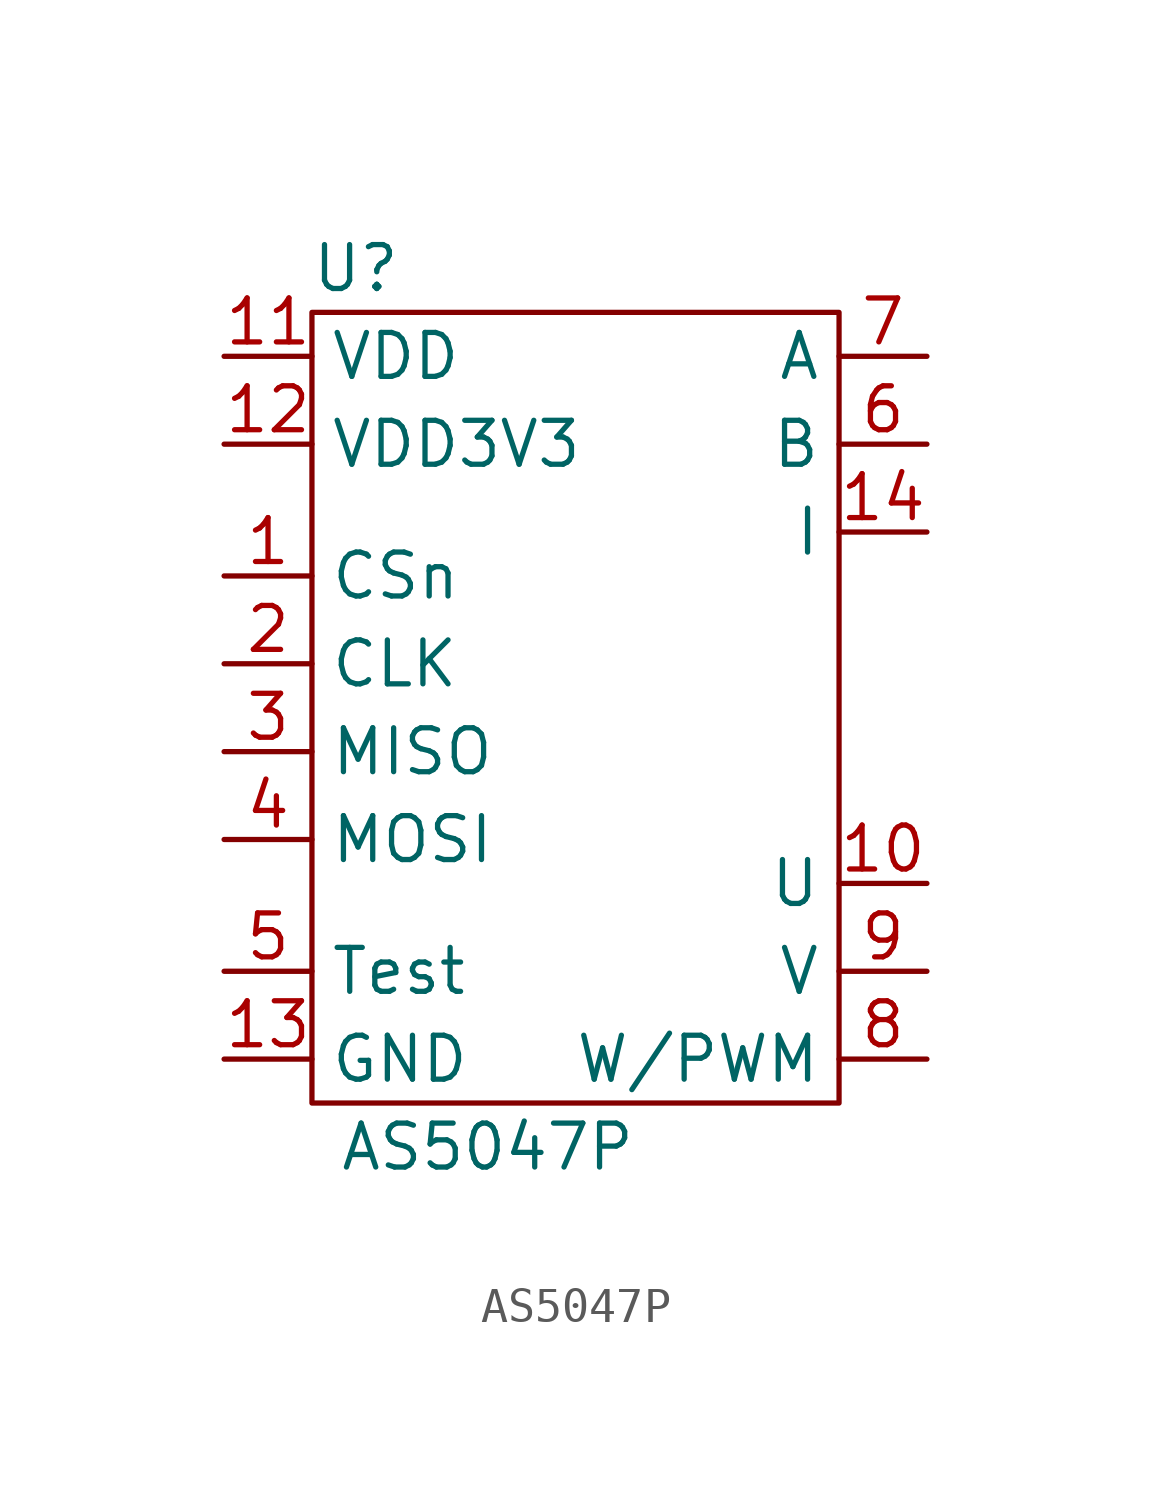
<source format=kicad_sym>
(kicad_symbol_lib
  (version 20211014)
  (generator kicad_symbol_editor)
  (symbol "ams:AS5047P"
    (property "Reference" "U"
      (at -6.35 12.7 0)
      (effects (font (size 1.27 1.27))))
    (property "Value" "AS5047P"
      (at -2.54 -12.7 0)
      (effects (font (size 1.27 1.27))))
    (symbol "AS5047P_0_1"
      (rectangle (start -7.62 11.43) (end 7.62 -11.43) (stroke (width 0.152) (type default) (color 0 0 0 0)) (fill (type none))))
    (symbol "AS5047P_1_1"
      (pin input line (at -10.16 3.81 0) (length 2.54) (name "CSn" (effects (font (size 1.27 1.27)))) (number "1" (effects (font (size 1.27 1.27)))))
      (pin output line (at 10.16 -5.08 180) (length 2.54) (name "U" (effects (font (size 1.27 1.27)))) (number "10" (effects (font (size 1.27 1.27)))))
      (pin power_in line (at -10.16 10.16 0) (length 2.54) (name "VDD" (effects (font (size 1.27 1.27)))) (number "11" (effects (font (size 1.27 1.27)))))
      (pin power_out line (at -10.16 7.62 0) (length 2.54) (name "VDD3V3" (effects (font (size 1.27 1.27)))) (number "12" (effects (font (size 1.27 1.27)))))
      (pin power_in line (at -10.16 -10.16 0) (length 2.54) (name "GND" (effects (font (size 1.27 1.27)))) (number "13" (effects (font (size 1.27 1.27)))))
      (pin output line (at 10.16 5.08 180) (length 2.54) (name "I" (effects (font (size 1.27 1.27)))) (number "14" (effects (font (size 1.27 1.27)))))
      (pin input line (at -10.16 1.27 0) (length 2.54) (name "CLK" (effects (font (size 1.27 1.27)))) (number "2" (effects (font (size 1.27 1.27)))))
      (pin output line (at -10.16 -1.27 0) (length 2.54) (name "MISO" (effects (font (size 1.27 1.27)))) (number "3" (effects (font (size 1.27 1.27)))))
      (pin input line (at -10.16 -3.81 0) (length 2.54) (name "MOSI" (effects (font (size 1.27 1.27)))) (number "4" (effects (font (size 1.27 1.27)))))
      (pin input line (at -10.16 -7.62 0) (length 2.54) (name "Test" (effects (font (size 1.27 1.27)))) (number "5" (effects (font (size 1.27 1.27)))))
      (pin output line (at 10.16 7.62 180) (length 2.54) (name "B" (effects (font (size 1.27 1.27)))) (number "6" (effects (font (size 1.27 1.27)))))
      (pin output line (at 10.16 10.16 180) (length 2.54) (name "A" (effects (font (size 1.27 1.27)))) (number "7" (effects (font (size 1.27 1.27)))))
      (pin output line (at 10.16 -10.16 180) (length 2.54) (name "W/PWM" (effects (font (size 1.27 1.27)))) (number "8" (effects (font (size 1.27 1.27)))))
      (pin output line (at 10.16 -7.62 180) (length 2.54) (name "V" (effects (font (size 1.27 1.27)))) (number "9" (effects (font (size 1.27 1.27))))))))
</source>
